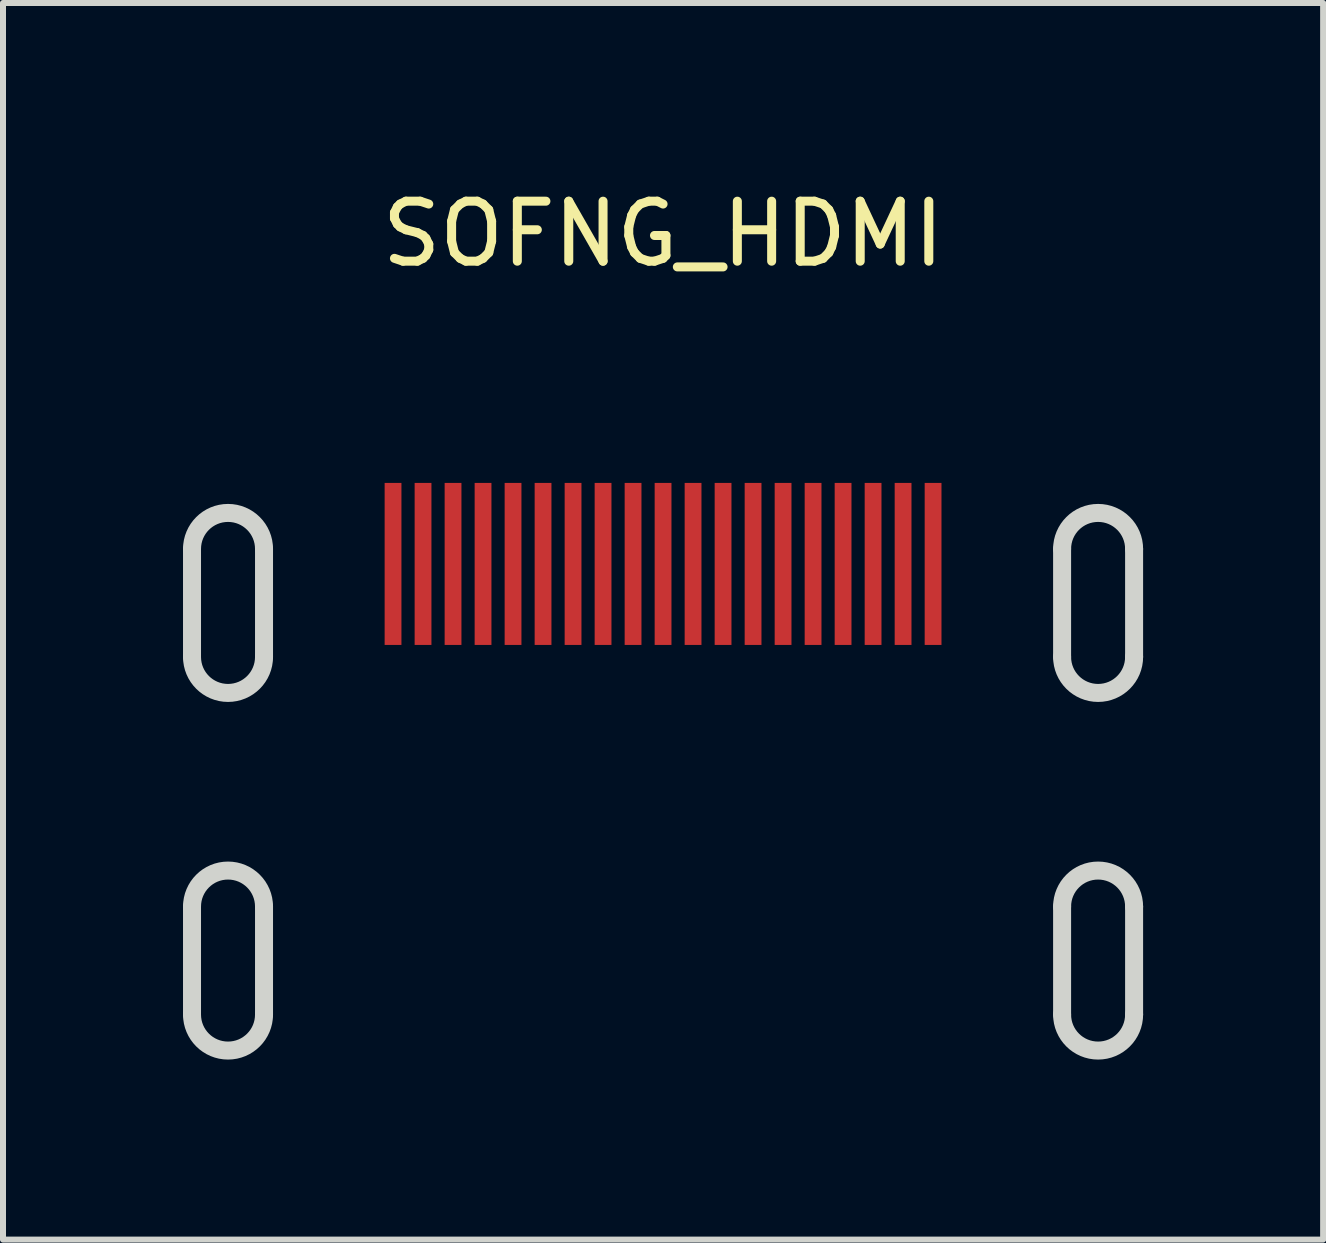
<source format=kicad_pcb>
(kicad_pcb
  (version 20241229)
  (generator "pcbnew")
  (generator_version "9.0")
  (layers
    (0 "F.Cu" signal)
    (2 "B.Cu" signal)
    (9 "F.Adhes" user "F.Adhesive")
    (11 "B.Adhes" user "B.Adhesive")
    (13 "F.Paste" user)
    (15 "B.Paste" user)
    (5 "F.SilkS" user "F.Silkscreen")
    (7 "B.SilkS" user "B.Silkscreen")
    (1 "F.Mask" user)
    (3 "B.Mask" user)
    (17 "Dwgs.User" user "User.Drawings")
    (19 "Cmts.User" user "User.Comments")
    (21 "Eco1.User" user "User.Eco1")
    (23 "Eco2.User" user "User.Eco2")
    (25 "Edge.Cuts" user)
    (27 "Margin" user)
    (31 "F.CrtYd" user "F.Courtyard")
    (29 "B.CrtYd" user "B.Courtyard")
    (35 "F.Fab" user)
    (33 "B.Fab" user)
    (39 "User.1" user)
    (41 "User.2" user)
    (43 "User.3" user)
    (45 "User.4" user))
  (footprint "SOFNG_HDMI"
    (layer "F.Cu")
    (at 8 10.848)
    (property "Reference" "SOFNG_HDMI" (at 0 -10 0) (unlocked yes) (layer "F.SilkS") (effects (font (size 1 1) (thickness 0.15))))
    (fp_line (start -7.85 -4.75) (end -7.85 -2.95) (stroke (width 0.3) (type solid)) (layer "Edge.Cuts"))
    (fp_line (start -7.85 1.21) (end -7.85 3.01) (stroke (width 0.3) (type solid)) (layer "Edge.Cuts"))
    (fp_line (start -6.65 -4.75) (end -6.65 -2.95) (stroke (width 0.3) (type solid)) (layer "Edge.Cuts"))
    (fp_line (start -6.65 1.21) (end -6.65 3.01) (stroke (width 0.3) (type solid)) (layer "Edge.Cuts"))
    (fp_line (start 6.65 -4.75) (end 6.65 -2.95) (stroke (width 0.3) (type solid)) (layer "Edge.Cuts"))
    (fp_line (start 6.65 1.21) (end 6.65 3.01) (stroke (width 0.3) (type solid)) (layer "Edge.Cuts"))
    (fp_line (start 7.85 -4.75) (end 7.85 -2.95) (stroke (width 0.3) (type solid)) (layer "Edge.Cuts"))
    (fp_line (start 7.85 1.21) (end 7.85 3.01) (stroke (width 0.3) (type solid)) (layer "Edge.Cuts"))
    (fp_arc (start -7.85 -4.75) (mid -7.25 -5.35) (end -6.65 -4.75) (stroke (width 0.3) (type solid)) (layer "Edge.Cuts"))
    (fp_arc (start -7.85 1.21) (mid -7.25 0.61) (end -6.65 1.21) (stroke (width 0.3) (type solid)) (layer "Edge.Cuts"))
    (fp_arc (start -6.65 -2.95) (mid -7.25 -2.35) (end -7.85 -2.95) (stroke (width 0.3) (type solid)) (layer "Edge.Cuts"))
    (fp_arc (start -6.65 3.01) (mid -7.25 3.61) (end -7.85 3.01) (stroke (width 0.3) (type solid)) (layer "Edge.Cuts"))
    (fp_arc (start 6.65 -4.75) (mid 7.25 -5.35) (end 7.85 -4.75) (stroke (width 0.3) (type solid)) (layer "Edge.Cuts"))
    (fp_arc (start 6.65 1.21) (mid 7.25 0.61) (end 7.85 1.21) (stroke (width 0.3) (type solid)) (layer "Edge.Cuts"))
    (fp_arc (start 7.85 -2.95) (mid 7.25 -2.35) (end 6.65 -2.95) (stroke (width 0.3) (type solid)) (layer "Edge.Cuts"))
    (fp_arc (start 7.85 3.01) (mid 7.25 3.61) (end 6.65 3.01) (stroke (width 0.3) (type solid)) (layer "Edge.Cuts"))
    (pad "1" smd rect (at 4.5 -4.5) (size 0.28 2.7) (layers "F.Cu" "F.Mask" "F.Paste"))
    (pad "2" smd rect (at 4 -4.5) (size 0.28 2.7) (layers "F.Cu" "F.Mask" "F.Paste"))
    (pad "3" smd rect (at 3.5 -4.5) (size 0.28 2.7) (layers "F.Cu" "F.Mask" "F.Paste"))
    (pad "4" smd rect (at 3 -4.5) (size 0.28 2.7) (layers "F.Cu" "F.Mask" "F.Paste"))
    (pad "5" smd rect (at 2.5 -4.5) (size 0.28 2.7) (layers "F.Cu" "F.Mask" "F.Paste"))
    (pad "6" smd rect (at 2 -4.5) (size 0.28 2.7) (layers "F.Cu" "F.Mask" "F.Paste"))
    (pad "7" smd rect (at 1.5 -4.5) (size 0.28 2.7) (layers "F.Cu" "F.Mask" "F.Paste"))
    (pad "8" smd rect (at 1 -4.5) (size 0.28 2.7) (layers "F.Cu" "F.Mask" "F.Paste"))
    (pad "9" smd rect (at 0.5 -4.5) (size 0.28 2.7) (layers "F.Cu" "F.Mask" "F.Paste"))
    (pad "10" smd rect (at 0 -4.5) (size 0.28 2.7) (layers "F.Cu" "F.Mask" "F.Paste"))
    (pad "11" smd rect (at -0.5 -4.5) (size 0.28 2.7) (layers "F.Cu" "F.Mask" "F.Paste"))
    (pad "12" smd rect (at -1 -4.5) (size 0.28 2.7) (layers "F.Cu" "F.Mask" "F.Paste"))
    (pad "13" smd rect (at -1.5 -4.5) (size 0.28 2.7) (layers "F.Cu" "F.Mask" "F.Paste"))
    (pad "14" smd rect (at -2 -4.5) (size 0.28 2.7) (layers "F.Cu" "F.Mask" "F.Paste"))
    (pad "15" smd rect (at -2.5 -4.5) (size 0.28 2.7) (layers "F.Cu" "F.Mask" "F.Paste"))
    (pad "16" smd rect (at -3 -4.5) (size 0.28 2.7) (layers "F.Cu" "F.Mask" "F.Paste"))
    (pad "17" smd rect (at -3.5 -4.5) (size 0.28 2.7) (layers "F.Cu" "F.Mask" "F.Paste"))
    (pad "18" smd rect (at -4 -4.5) (size 0.28 2.7) (layers "F.Cu" "F.Mask" "F.Paste"))
    (pad "19" smd rect (at -4.5 -4.5) (size 0.28 2.7) (layers "F.Cu" "F.Mask" "F.Paste")))
  (gr_rect
    (start -3 -3)
    (end 19 17.608)
    (stroke (width 0.1) (type default))
    (fill no)
    (layer "Edge.Cuts")))
</source>
